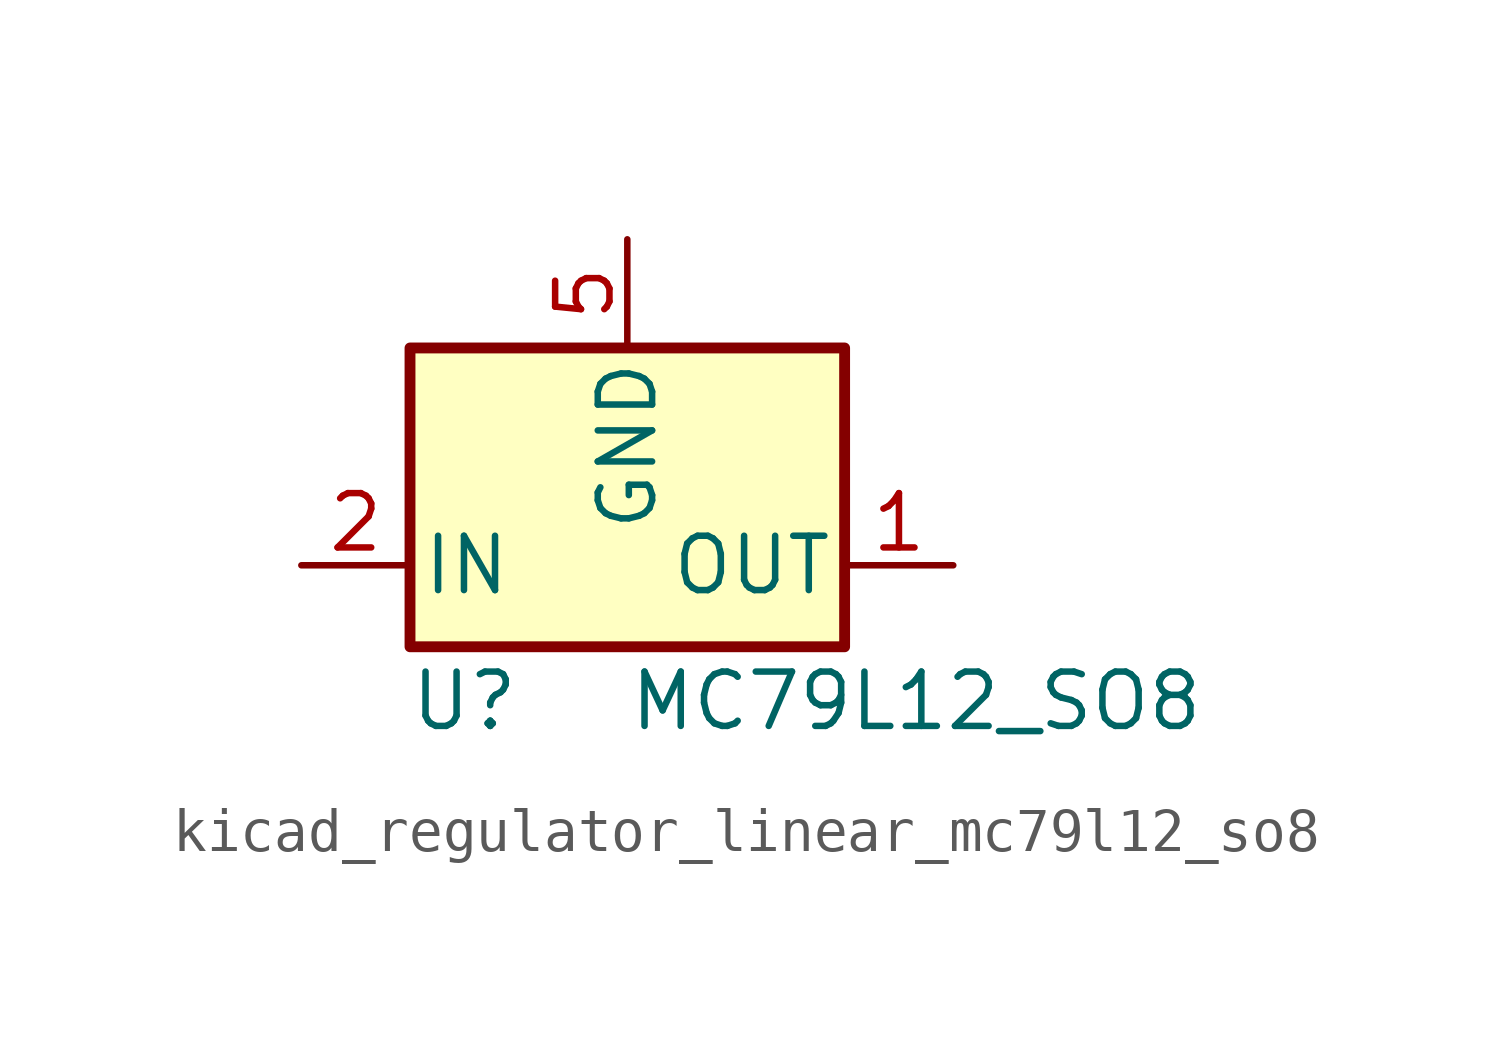
<source format=kicad_sym>
(kicad_symbol_lib
  (version 20220914)
  (generator kicad_symbol_editor)
  (symbol "kicad_regulator_linear_mc79l12_so8"
    (pin_names
      (offset 0.254))
    (property "Reference" "U"
      (at -3.81 -3.175 0)
      (effects (font (size 1.27 1.27))))
    (property "Value" "MC79L12_SO8"
      (at 0 -3.175 0)
      (effects (font (size 1.27 1.27)) (justify left)))
    (symbol "kicad_regulator_linear_mc79l12_so8_0_1"
      (rectangle (start -5.08 5.08) (end 5.08 -1.905) (stroke (width 0.254) (type default)) (fill (type background))))
    (symbol "kicad_regulator_linear_mc79l12_so8_1_1"
      (pin power_out line (at 7.62 0 180) (length 2.54) (name "OUT" (effects (font (size 1.27 1.27)))) (number "1" (effects (font (size 1.27 1.27)))))
      (pin power_in line (at -7.62 0 0) (length 2.54) (name "IN" (effects (font (size 1.27 1.27)))) (number "2" (effects (font (size 1.27 1.27)))))
      (pin passive line (at -7.62 0 0) (length 2.54) hide (name "IN" (effects (font (size 1.27 1.27)))) (number "3" (effects (font (size 1.27 1.27)))))
      (pin no_connect line (at 5.08 2.54 180) (length 2.54) hide (name "NC" (effects (font (size 1.27 1.27)))) (number "4" (effects (font (size 1.27 1.27)))))
      (pin power_in line (at 0 7.62 270) (length 2.54) (name "GND" (effects (font (size 1.27 1.27)))) (number "5" (effects (font (size 1.27 1.27)))))
      (pin passive line (at -7.62 0 0) (length 2.54) hide (name "IN" (effects (font (size 1.27 1.27)))) (number "6" (effects (font (size 1.27 1.27)))))
      (pin passive line (at -7.62 0 0) (length 2.54) hide (name "IN" (effects (font (size 1.27 1.27)))) (number "7" (effects (font (size 1.27 1.27)))))
      (pin no_connect line (at -5.08 2.54 0) (length 2.54) hide (name "NC" (effects (font (size 1.27 1.27)))) (number "8" (effects (font (size 1.27 1.27))))))))
</source>
